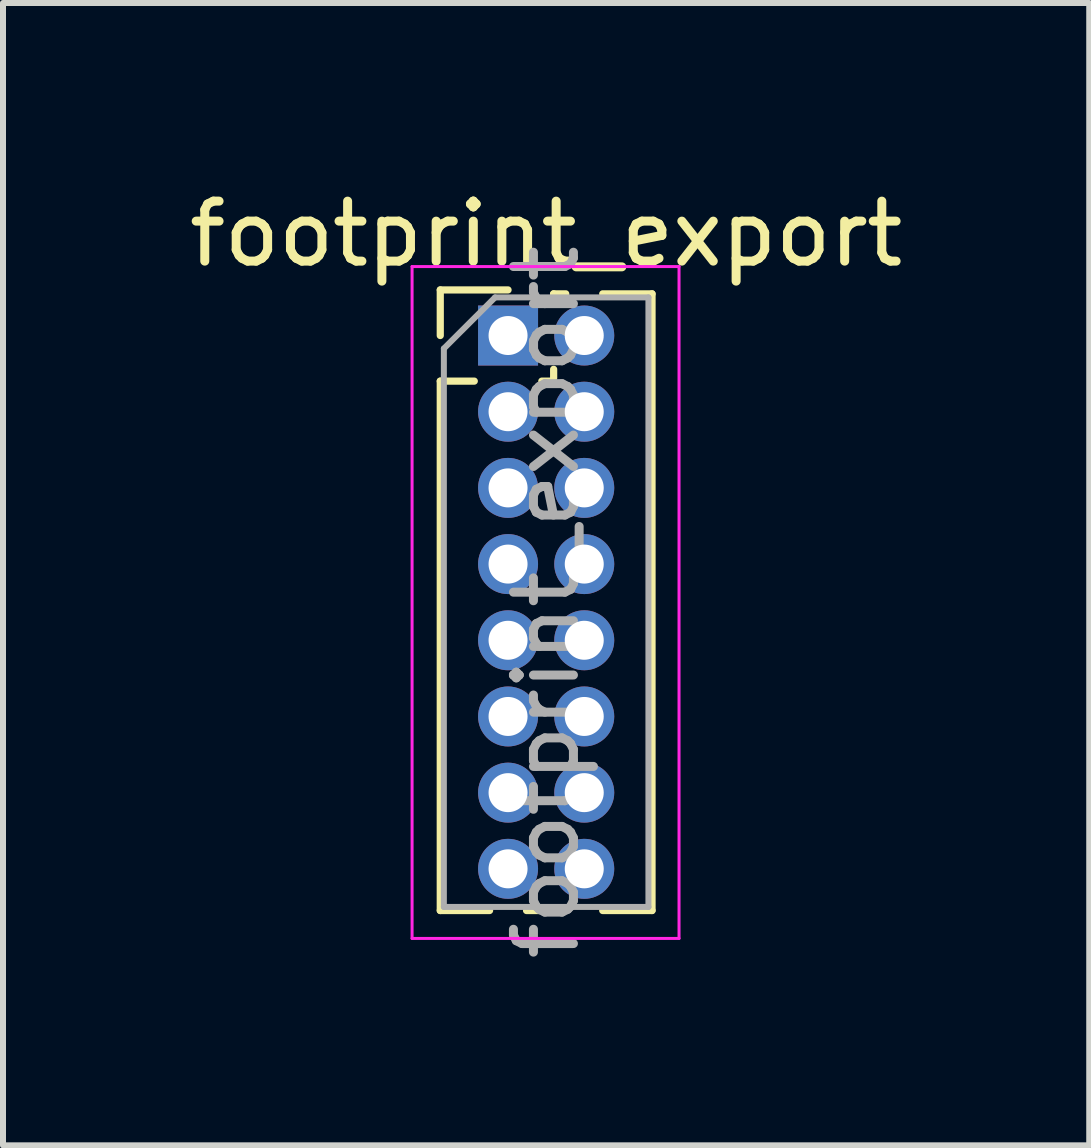
<source format=kicad_pcb>
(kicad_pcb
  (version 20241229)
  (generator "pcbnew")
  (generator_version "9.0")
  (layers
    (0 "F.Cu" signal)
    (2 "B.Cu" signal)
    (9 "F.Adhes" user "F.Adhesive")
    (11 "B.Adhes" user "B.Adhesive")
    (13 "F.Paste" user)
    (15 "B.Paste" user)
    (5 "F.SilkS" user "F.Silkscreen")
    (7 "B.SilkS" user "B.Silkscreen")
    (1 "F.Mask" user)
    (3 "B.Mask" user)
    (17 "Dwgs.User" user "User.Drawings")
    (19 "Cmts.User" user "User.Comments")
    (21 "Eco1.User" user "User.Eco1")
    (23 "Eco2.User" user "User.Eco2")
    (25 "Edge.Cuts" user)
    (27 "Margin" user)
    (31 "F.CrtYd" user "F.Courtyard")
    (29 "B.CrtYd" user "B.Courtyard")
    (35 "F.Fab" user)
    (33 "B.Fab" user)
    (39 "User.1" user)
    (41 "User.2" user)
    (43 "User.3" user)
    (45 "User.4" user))
  (footprint "footprint_export"
    (layer "F.Cu")
    (at 5.419 2.543)
    (property "Reference" "footprint_export" (at 0.635 -1.695 0) (layer "F.SilkS") (effects (font (size 1 1) (thickness 0.15))))
    (attr through_hole)
    (fp_line (start -1.13 -0.76) (end 0 -0.76) (stroke (width 0.12) (type solid)) (layer "F.SilkS"))
    (fp_line (start -1.13 0) (end -1.13 -0.76) (stroke (width 0.12) (type solid)) (layer "F.SilkS"))
    (fp_line (start -1.13 0.76) (end -1.13 9.585) (stroke (width 0.12) (type solid)) (layer "F.SilkS"))
    (fp_line (start -1.13 0.76) (end -0.563 0.76) (stroke (width 0.12) (type solid)) (layer "F.SilkS"))
    (fp_line (start -1.13 9.585) (end -0.308 9.585) (stroke (width 0.12) (type solid)) (layer "F.SilkS"))
    (fp_line (start 0.308 9.585) (end 0.962 9.585) (stroke (width 0.12) (type solid)) (layer "F.SilkS"))
    (fp_line (start 0.563 0.76) (end 0.707 0.76) (stroke (width 0.12) (type solid)) (layer "F.SilkS"))
    (fp_line (start 0.76 -0.695) (end 0.962 -0.695) (stroke (width 0.12) (type solid)) (layer "F.SilkS"))
    (fp_line (start 0.76 -0.563) (end 0.76 -0.695) (stroke (width 0.12) (type solid)) (layer "F.SilkS"))
    (fp_line (start 0.76 0.707) (end 0.76 0.563) (stroke (width 0.12) (type solid)) (layer "F.SilkS"))
    (fp_line (start 1.578 -0.695) (end 2.4 -0.695) (stroke (width 0.12) (type solid)) (layer "F.SilkS"))
    (fp_line (start 1.578 9.585) (end 2.4 9.585) (stroke (width 0.12) (type solid)) (layer "F.SilkS"))
    (fp_line (start 2.4 -0.695) (end 2.4 9.585) (stroke (width 0.12) (type solid)) (layer "F.SilkS"))
    (fp_line (start -1.6 -1.15) (end -1.6 10.05) (stroke (width 0.05) (type solid)) (layer "F.CrtYd"))
    (fp_line (start -1.6 10.05) (end 2.85 10.05) (stroke (width 0.05) (type solid)) (layer "F.CrtYd"))
    (fp_line (start 2.85 -1.15) (end -1.6 -1.15) (stroke (width 0.05) (type solid)) (layer "F.CrtYd"))
    (fp_line (start 2.85 10.05) (end 2.85 -1.15) (stroke (width 0.05) (type solid)) (layer "F.CrtYd"))
    (fp_line (start -1.07 0.217) (end -0.217 -0.635) (stroke (width 0.1) (type solid)) (layer "F.Fab"))
    (fp_line (start -1.07 9.525) (end -1.07 0.217) (stroke (width 0.1) (type solid)) (layer "F.Fab"))
    (fp_line (start -0.217 -0.635) (end 2.34 -0.635) (stroke (width 0.1) (type solid)) (layer "F.Fab"))
    (fp_line (start 2.34 -0.635) (end 2.34 9.525) (stroke (width 0.1) (type solid)) (layer "F.Fab"))
    (fp_line (start 2.34 9.525) (end -1.07 9.525) (stroke (width 0.1) (type solid)) (layer "F.Fab"))
    (fp_text user "${REFERENCE}" (at 0.635 4.445 90) (layer "F.Fab") (effects (font (size 1 1) (thickness 0.15))))
    (pad "1" thru_hole rect (at 0 0) (size 1 1) (drill 0.65) (layers "*.Cu" "*.Mask"))
    (pad "2" thru_hole oval (at 1.27 0) (size 1 1) (drill 0.65) (layers "*.Cu" "*.Mask"))
    (pad "3" thru_hole oval (at 0 1.27) (size 1 1) (drill 0.65) (layers "*.Cu" "*.Mask"))
    (pad "4" thru_hole oval (at 1.27 1.27) (size 1 1) (drill 0.65) (layers "*.Cu" "*.Mask"))
    (pad "5" thru_hole oval (at 0 2.54) (size 1 1) (drill 0.65) (layers "*.Cu" "*.Mask"))
    (pad "6" thru_hole oval (at 1.27 2.54) (size 1 1) (drill 0.65) (layers "*.Cu" "*.Mask"))
    (pad "7" thru_hole oval (at 0 3.81) (size 1 1) (drill 0.65) (layers "*.Cu" "*.Mask"))
    (pad "8" thru_hole oval (at 1.27 3.81) (size 1 1) (drill 0.65) (layers "*.Cu" "*.Mask"))
    (pad "9" thru_hole oval (at 0 5.08) (size 1 1) (drill 0.65) (layers "*.Cu" "*.Mask"))
    (pad "10" thru_hole oval (at 1.27 5.08) (size 1 1) (drill 0.65) (layers "*.Cu" "*.Mask"))
    (pad "11" thru_hole oval (at 0 6.35) (size 1 1) (drill 0.65) (layers "*.Cu" "*.Mask"))
    (pad "12" thru_hole oval (at 1.27 6.35) (size 1 1) (drill 0.65) (layers "*.Cu" "*.Mask"))
    (pad "13" thru_hole oval (at 0 7.62) (size 1 1) (drill 0.65) (layers "*.Cu" "*.Mask"))
    (pad "14" thru_hole oval (at 1.27 7.62) (size 1 1) (drill 0.65) (layers "*.Cu" "*.Mask"))
    (pad "15" thru_hole oval (at 0 8.89) (size 1 1) (drill 0.65) (layers "*.Cu" "*.Mask"))
    (pad "16" thru_hole oval (at 1.27 8.89) (size 1 1) (drill 0.65) (layers "*.Cu" "*.Mask")))
  (gr_rect
    (start -3 -3)
    (end 15.107 16.042)
    (stroke (width 0.1) (type default))
    (fill no)
    (layer "Edge.Cuts")))
</source>
